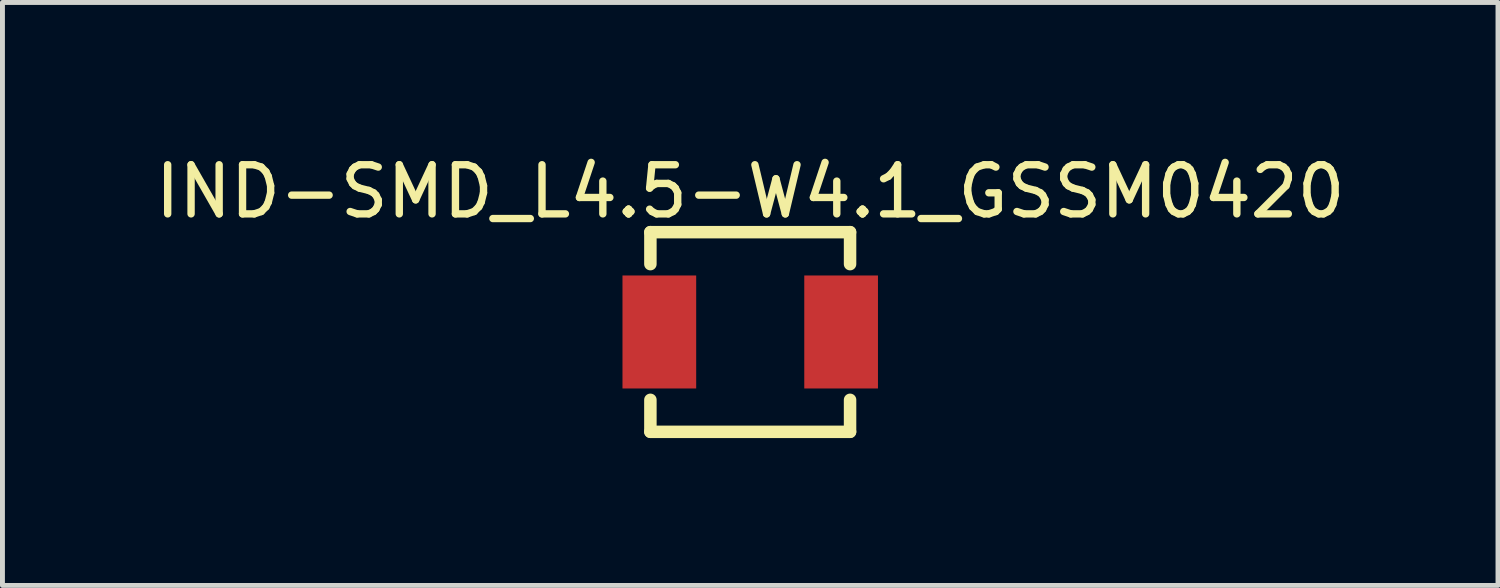
<source format=kicad_pcb>
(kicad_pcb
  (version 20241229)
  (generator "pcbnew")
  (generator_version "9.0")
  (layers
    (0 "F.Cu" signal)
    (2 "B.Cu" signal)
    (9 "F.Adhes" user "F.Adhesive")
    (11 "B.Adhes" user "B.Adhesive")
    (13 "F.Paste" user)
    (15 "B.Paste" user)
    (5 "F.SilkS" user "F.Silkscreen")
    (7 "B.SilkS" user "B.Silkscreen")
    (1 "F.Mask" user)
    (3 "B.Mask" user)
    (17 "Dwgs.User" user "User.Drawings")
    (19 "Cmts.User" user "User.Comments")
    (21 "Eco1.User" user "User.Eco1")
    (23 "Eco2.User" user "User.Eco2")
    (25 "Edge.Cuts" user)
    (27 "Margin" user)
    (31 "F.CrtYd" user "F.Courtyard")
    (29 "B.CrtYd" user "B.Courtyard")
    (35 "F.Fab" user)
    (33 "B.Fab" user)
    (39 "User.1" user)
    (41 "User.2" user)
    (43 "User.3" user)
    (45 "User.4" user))
  (footprint "IND-SMD_L4.5-W4.1_GSSM0420"
    (layer "F.Cu")
    (at 12.22 3.707)
    (property "Reference" "IND-SMD_L4.5-W4.1_GSSM0420" (at 0 -2.859 0) (layer "F.SilkS") (effects (font (size 1 1) (thickness 0.15))))
    (fp_line (start -2.032 -2.032) (end -2.032 -1.381) (stroke (width 0.254) (type default)) (layer "F.SilkS"))
    (fp_line (start -2.032 1.381) (end -2.032 2.032) (stroke (width 0.254) (type default)) (layer "F.SilkS"))
    (fp_line (start -2.032 2.032) (end 2.032 2.032) (stroke (width 0.254) (type default)) (layer "F.SilkS"))
    (fp_line (start 2.032 -2.032) (end -2.032 -2.032) (stroke (width 0.254) (type default)) (layer "F.SilkS"))
    (fp_line (start 2.032 -1.381) (end 2.032 -2.032) (stroke (width 0.254) (type default)) (layer "F.SilkS"))
    (fp_line (start 2.032 2.032) (end 2.032 1.381) (stroke (width 0.254) (type default)) (layer "F.SilkS"))
    (fp_poly (pts (xy -2.225 -1) (xy -1.465 -1) (xy -1.465 1) (xy -2.225 1)) (stroke (width 0.1) (type default)) (fill no) (layer "User.1"))
    (fp_poly (pts (xy 1.465 -1) (xy 2.225 -1) (xy 2.225 1) (xy 1.465 1)) (stroke (width 0.1) (type default)) (fill no) (layer "User.1"))
    (fp_line (start -2.03 -2.03) (end 2.03 -2.03) (stroke (width 0.051) (type default)) (layer "User.2"))
    (fp_line (start -2.03 2.03) (end -2.03 -2.03) (stroke (width 0.051) (type default)) (layer "User.2"))
    (fp_line (start 2.03 -2.03) (end 2.03 2.03) (stroke (width 0.051) (type default)) (layer "User.2"))
    (fp_line (start 2.03 2.03) (end -2.03 2.03) (stroke (width 0.051) (type default)) (layer "User.2"))
    (fp_poly (pts (xy -2.165 2.03) (xy -2.183 1.988) (xy -2.225 1.97) (xy -2.267 1.988) (xy -2.285 2.03) (xy -2.267 2.072) (xy -2.225 2.09) (xy -2.183 2.072)) (stroke (width 0.1) (type default)) (fill no) (layer "User.3"))
    (pad "1" smd rect (at -1.85 0) (size 1.5 2.3) (layers "F.Cu" "F.Mask" "F.Paste"))
    (pad "2" smd rect (at 1.85 0) (size 1.5 2.3) (layers "F.Cu" "F.Mask" "F.Paste")))
  (gr_rect
    (start -3 -3)
    (end 27.44 8.866)
    (stroke (width 0.1) (type default))
    (fill no)
    (layer "Edge.Cuts")))
</source>
